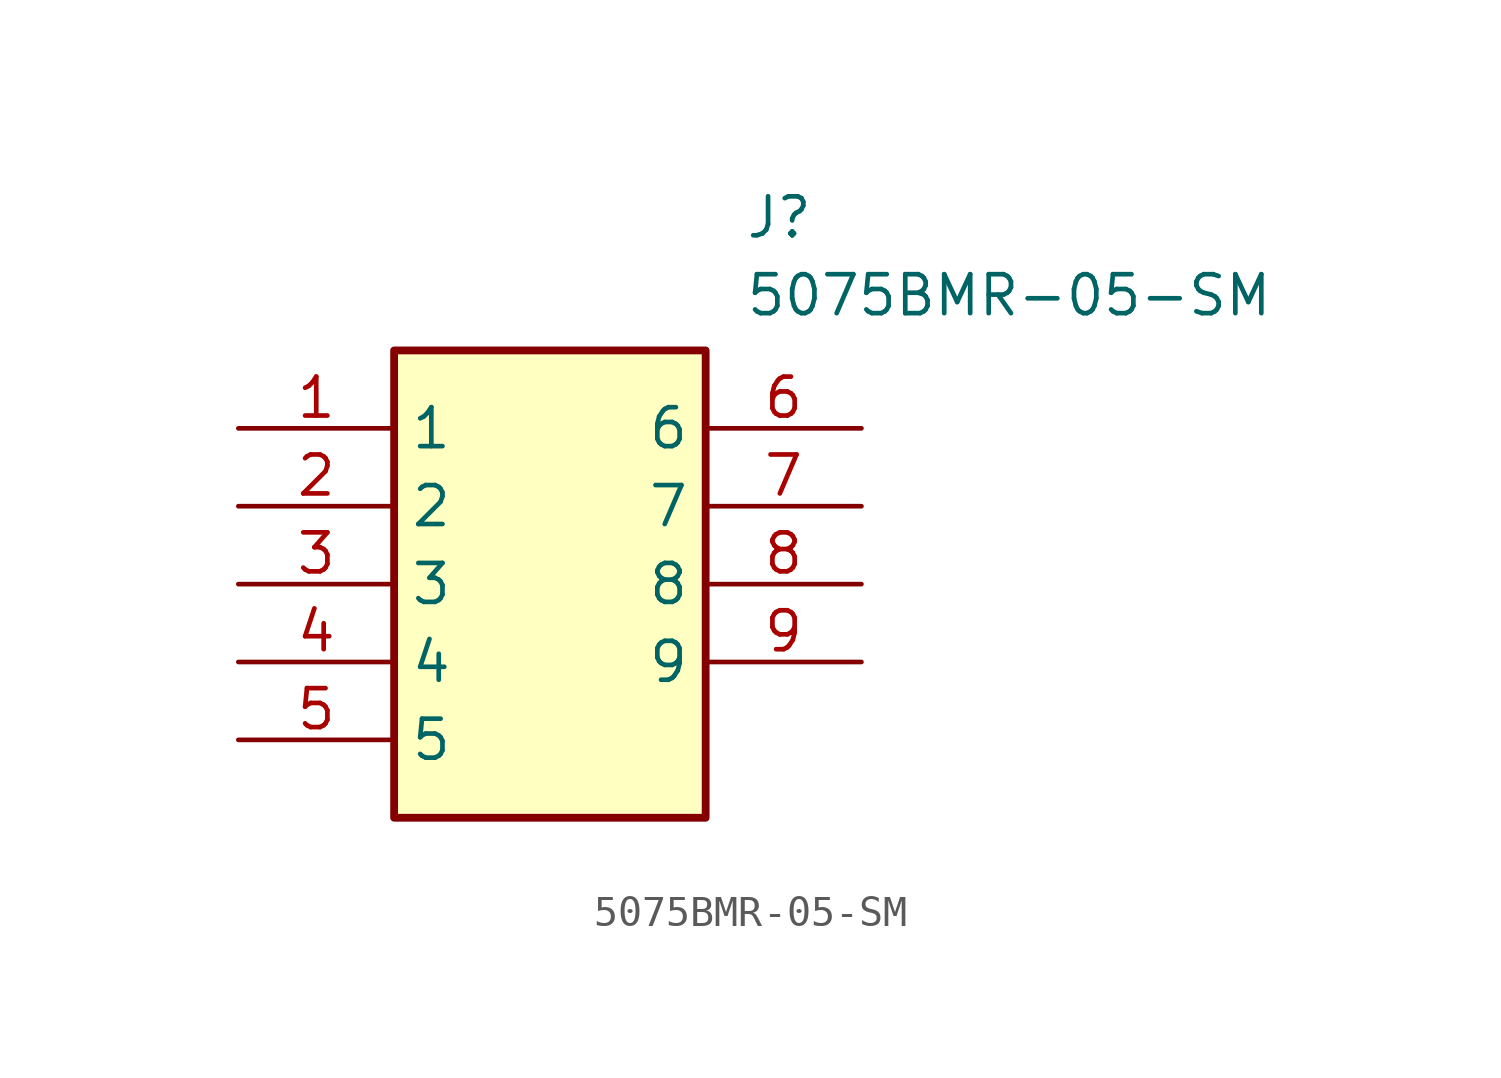
<source format=kicad_sym>
(kicad_symbol_lib
  (version 20211014)
  (generator SamacSys_ECAD_Model)
  (symbol "5075BMR-05-SM"
    (property "Reference" "J"
      (at 16.51 7.62 0)
      (effects (font (size 1.27 1.27)) (justify left top)))
    (property "Value" "5075BMR-05-SM"
      (at 16.51 5.08 0)
      (effects (font (size 1.27 1.27)) (justify left top)))
    (rectangle
      (start 5.08 2.54)
      (end 15.24 -12.7)
      (stroke (width 0.254) (type default))
      (fill (type background)))
    (pin passive line
      (at 0 0 0)
      (length 5.08)
      (name "1" (effects (font (size 1.27 1.27))))
      (number "1" (effects (font (size 1.27 1.27)))))
    (pin passive line
      (at 0 -2.54 0)
      (length 5.08)
      (name "2" (effects (font (size 1.27 1.27))))
      (number "2" (effects (font (size 1.27 1.27)))))
    (pin passive line
      (at 0 -5.08 0)
      (length 5.08)
      (name "3" (effects (font (size 1.27 1.27))))
      (number "3" (effects (font (size 1.27 1.27)))))
    (pin passive line
      (at 0 -7.62 0)
      (length 5.08)
      (name "4" (effects (font (size 1.27 1.27))))
      (number "4" (effects (font (size 1.27 1.27)))))
    (pin passive line
      (at 0 -10.16 0)
      (length 5.08)
      (name "5" (effects (font (size 1.27 1.27))))
      (number "5" (effects (font (size 1.27 1.27)))))
    (pin passive line
      (at 20.32 0 180)
      (length 5.08)
      (name "6" (effects (font (size 1.27 1.27))))
      (number "6" (effects (font (size 1.27 1.27)))))
    (pin passive line
      (at 20.32 -2.54 180)
      (length 5.08)
      (name "7" (effects (font (size 1.27 1.27))))
      (number "7" (effects (font (size 1.27 1.27)))))
    (pin passive line
      (at 20.32 -5.08 180)
      (length 5.08)
      (name "8" (effects (font (size 1.27 1.27))))
      (number "8" (effects (font (size 1.27 1.27)))))
    (pin passive line
      (at 20.32 -7.62 180)
      (length 5.08)
      (name "9" (effects (font (size 1.27 1.27))))
      (number "9" (effects (font (size 1.27 1.27)))))))
</source>
